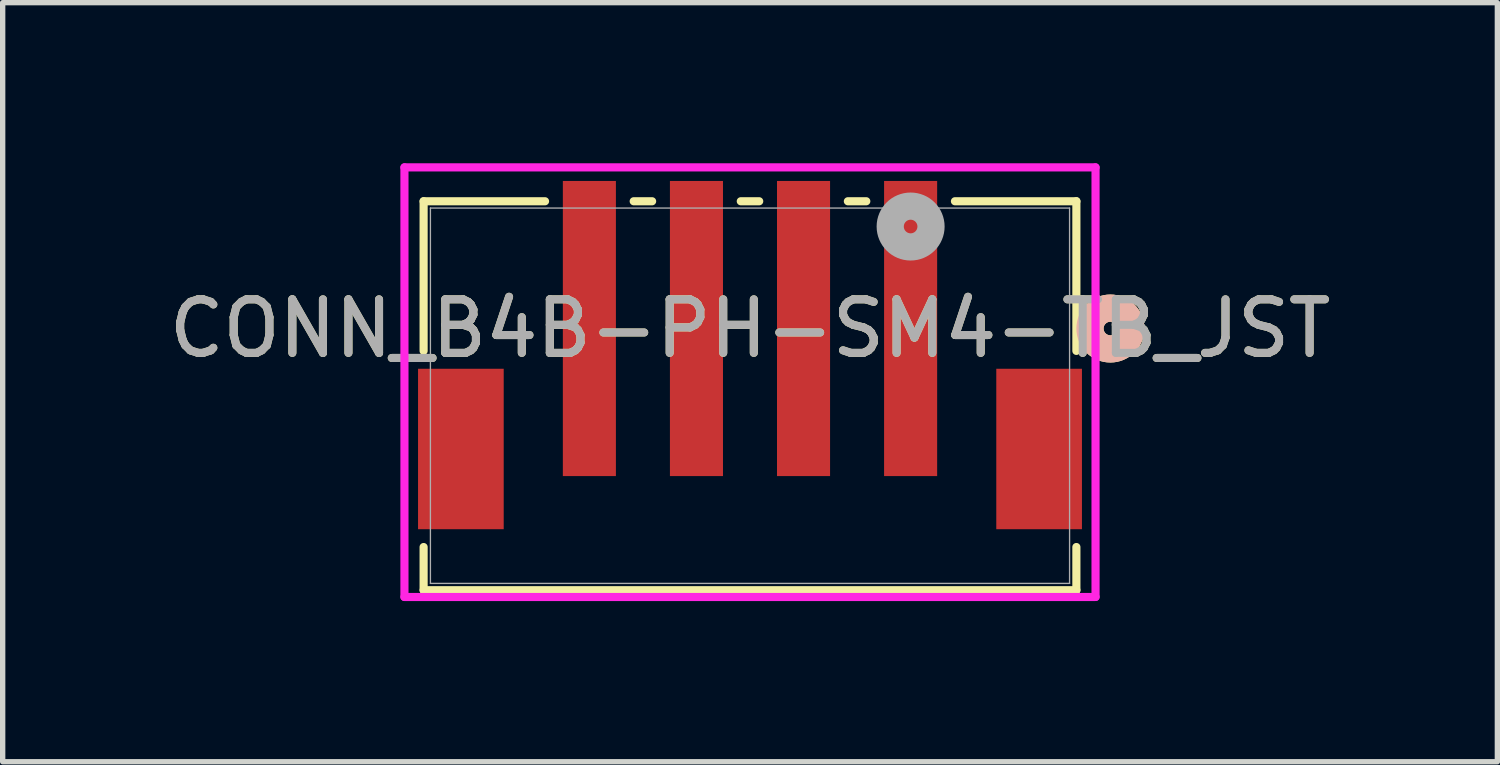
<source format=kicad_pcb>
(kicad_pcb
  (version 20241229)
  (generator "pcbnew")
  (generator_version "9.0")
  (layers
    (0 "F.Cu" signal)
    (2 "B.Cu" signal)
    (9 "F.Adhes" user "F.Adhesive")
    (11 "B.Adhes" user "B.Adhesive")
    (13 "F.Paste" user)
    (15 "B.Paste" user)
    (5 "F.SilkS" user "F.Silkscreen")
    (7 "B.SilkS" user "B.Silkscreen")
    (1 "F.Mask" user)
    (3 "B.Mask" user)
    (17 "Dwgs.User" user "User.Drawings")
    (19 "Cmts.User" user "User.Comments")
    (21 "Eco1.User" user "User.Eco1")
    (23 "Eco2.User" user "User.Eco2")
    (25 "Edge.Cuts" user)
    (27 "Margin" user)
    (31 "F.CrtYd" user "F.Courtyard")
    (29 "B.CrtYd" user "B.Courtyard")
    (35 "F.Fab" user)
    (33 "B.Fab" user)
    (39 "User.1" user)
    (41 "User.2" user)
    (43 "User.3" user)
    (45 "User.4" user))
  (footprint "CONN_B4B-PH-SM4-TB_JST"
    (layer "F.Cu")
    (at 10.958 4.341)
    (property "Reference" "CONN_B4B-PH-SM4-TB_JST" (at 0 -1.255 0) (unlocked yes) (layer "F.SilkS") (effects (font (size 1 1) (thickness 0.15))))
    (attr smd)
    (fp_line (start -6.096 -3.632) (end -6.096 -0.837) (stroke (width 0.152) (type solid)) (layer "F.SilkS"))
    (fp_line (start -6.096 2.826) (end -6.096 3.632) (stroke (width 0.152) (type solid)) (layer "F.SilkS"))
    (fp_line (start -6.096 3.632) (end 6.096 3.632) (stroke (width 0.152) (type solid)) (layer "F.SilkS"))
    (fp_line (start -3.828 -3.632) (end -6.096 -3.632) (stroke (width 0.152) (type solid)) (layer "F.SilkS"))
    (fp_line (start -1.828 -3.632) (end -2.172 -3.632) (stroke (width 0.152) (type solid)) (layer "F.SilkS"))
    (fp_line (start 0.172 -3.632) (end -0.172 -3.632) (stroke (width 0.152) (type solid)) (layer "F.SilkS"))
    (fp_line (start 2.172 -3.632) (end 1.828 -3.632) (stroke (width 0.152) (type solid)) (layer "F.SilkS"))
    (fp_line (start 6.096 -3.632) (end 3.828 -3.632) (stroke (width 0.152) (type solid)) (layer "F.SilkS"))
    (fp_line (start 6.096 -0.837) (end 6.096 -3.632) (stroke (width 0.152) (type solid)) (layer "F.SilkS"))
    (fp_line (start 6.096 3.632) (end 6.096 2.826) (stroke (width 0.152) (type solid)) (layer "F.SilkS"))
    (fp_circle (center 6.731 -1.255) (end 7.112 -1.255) (stroke (width 0.508) (type solid)) (fill no) (layer "F.SilkS"))
    (fp_circle (center 6.731 -1.255) (end 7.112 -1.255) (stroke (width 0.508) (type solid)) (fill no) (layer "B.SilkS"))
    (fp_line (start -6.454 -4.265) (end -6.454 3.759) (stroke (width 0.152) (type solid)) (layer "F.CrtYd"))
    (fp_line (start -6.454 3.759) (end 6.454 3.759) (stroke (width 0.152) (type solid)) (layer "F.CrtYd"))
    (fp_line (start 6.454 -4.265) (end -6.454 -4.265) (stroke (width 0.152) (type solid)) (layer "F.CrtYd"))
    (fp_line (start 6.454 3.759) (end 6.454 -4.265) (stroke (width 0.152) (type solid)) (layer "F.CrtYd"))
    (fp_line (start -5.969 -3.505) (end -5.969 3.505) (stroke (width 0.025) (type solid)) (layer "F.Fab"))
    (fp_line (start -5.969 3.505) (end 5.969 3.505) (stroke (width 0.025) (type solid)) (layer "F.Fab"))
    (fp_line (start 5.969 -3.505) (end -5.969 -3.505) (stroke (width 0.025) (type solid)) (layer "F.Fab"))
    (fp_line (start 5.969 3.505) (end 5.969 -3.505) (stroke (width 0.025) (type solid)) (layer "F.Fab"))
    (fp_circle (center 3 -3.16) (end 3.381 -3.16) (stroke (width 0.508) (type solid)) (fill no) (layer "F.Fab"))
    (fp_text user "${REFERENCE}" (at 0 -1.255 0) (unlocked yes) (layer "F.Fab") (effects (font (size 1 1) (thickness 0.15))))
    (pad "1" smd rect (at 3 -1.255) (size 0.991 5.512) (layers "F.Cu" "F.Mask" "F.Paste"))
    (pad "2" smd rect (at 1 -1.255) (size 0.991 5.512) (layers "F.Cu" "F.Mask" "F.Paste"))
    (pad "3" smd rect (at -1 -1.255) (size 0.991 5.512) (layers "F.Cu" "F.Mask" "F.Paste"))
    (pad "4" smd rect (at -3 -1.255) (size 0.991 5.512) (layers "F.Cu" "F.Mask" "F.Paste"))
    (pad "5" smd rect (at -5.4 0.995) (size 1.6 2.997) (layers "F.Cu" "F.Mask" "F.Paste"))
    (pad "6" smd rect (at 5.4 0.995) (size 1.6 2.997) (layers "F.Cu" "F.Mask" "F.Paste")))
  (gr_rect
    (start -3 -3)
    (end 24.917 11.177)
    (stroke (width 0.1) (type default))
    (fill no)
    (layer "Edge.Cuts")))
</source>
